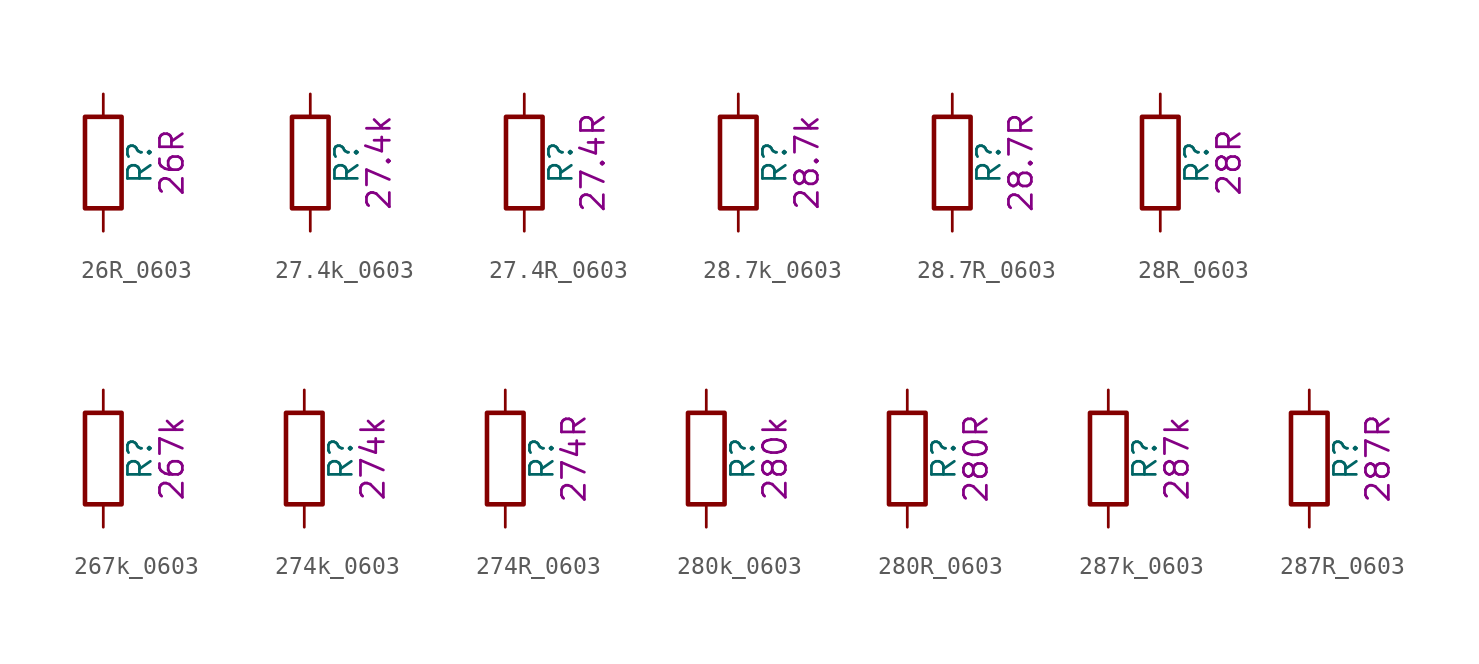
<source format=kicad_sym>
(kicad_symbol_lib
  (version 20211014)
  (generator kicad_symbol_editor)
  (symbol "26R_0603"
    (pin_numbers hide)
    (pin_names
      (offset 0))
    (property "Reference" "R"
      (at 2.032 0 90)
      (effects (font (size 1.27 1.27))))
    (property "Display" "26R"
      (at 3.81 0 90)
      (effects (font (size 1.27 1.27))))
    (symbol "26R_0603_0_1"
      (rectangle (start -1.016 -2.54) (end 1.016 2.54) (stroke (width 0.254) (type default) (color 0 0 0 0)) (fill (type none))))
    (symbol "26R_0603_1_1"
      (pin passive line (at 0 3.81 270) (length 1.27) (name "~" (effects (font (size 1.27 1.27)))) (number "1" (effects (font (size 1.27 1.27)))))
      (pin passive line (at 0 -3.81 90) (length 1.27) (name "~" (effects (font (size 1.27 1.27)))) (number "2" (effects (font (size 1.27 1.27)))))))
  (symbol "27.4k_0603"
    (pin_numbers hide)
    (pin_names
      (offset 0))
    (property "Reference" "R"
      (at 2.032 0 90)
      (effects (font (size 1.27 1.27))))
    (property "Display" "27.4k"
      (at 3.81 0 90)
      (effects (font (size 1.27 1.27))))
    (symbol "27.4k_0603_0_1"
      (rectangle (start -1.016 -2.54) (end 1.016 2.54) (stroke (width 0.254) (type default) (color 0 0 0 0)) (fill (type none))))
    (symbol "27.4k_0603_1_1"
      (pin passive line (at 0 3.81 270) (length 1.27) (name "~" (effects (font (size 1.27 1.27)))) (number "1" (effects (font (size 1.27 1.27)))))
      (pin passive line (at 0 -3.81 90) (length 1.27) (name "~" (effects (font (size 1.27 1.27)))) (number "2" (effects (font (size 1.27 1.27)))))))
  (symbol "27.4R_0603"
    (pin_numbers hide)
    (pin_names
      (offset 0))
    (property "Reference" "R"
      (at 2.032 0 90)
      (effects (font (size 1.27 1.27))))
    (property "Display" "27.4R"
      (at 3.81 0 90)
      (effects (font (size 1.27 1.27))))
    (symbol "27.4R_0603_0_1"
      (rectangle (start -1.016 -2.54) (end 1.016 2.54) (stroke (width 0.254) (type default) (color 0 0 0 0)) (fill (type none))))
    (symbol "27.4R_0603_1_1"
      (pin passive line (at 0 3.81 270) (length 1.27) (name "~" (effects (font (size 1.27 1.27)))) (number "1" (effects (font (size 1.27 1.27)))))
      (pin passive line (at 0 -3.81 90) (length 1.27) (name "~" (effects (font (size 1.27 1.27)))) (number "2" (effects (font (size 1.27 1.27)))))))
  (symbol "28.7k_0603"
    (pin_numbers hide)
    (pin_names
      (offset 0))
    (property "Reference" "R"
      (at 2.032 0 90)
      (effects (font (size 1.27 1.27))))
    (property "Display" "28.7k"
      (at 3.81 0 90)
      (effects (font (size 1.27 1.27))))
    (symbol "28.7k_0603_0_1"
      (rectangle (start -1.016 -2.54) (end 1.016 2.54) (stroke (width 0.254) (type default) (color 0 0 0 0)) (fill (type none))))
    (symbol "28.7k_0603_1_1"
      (pin passive line (at 0 3.81 270) (length 1.27) (name "~" (effects (font (size 1.27 1.27)))) (number "1" (effects (font (size 1.27 1.27)))))
      (pin passive line (at 0 -3.81 90) (length 1.27) (name "~" (effects (font (size 1.27 1.27)))) (number "2" (effects (font (size 1.27 1.27)))))))
  (symbol "28.7R_0603"
    (pin_numbers hide)
    (pin_names
      (offset 0))
    (property "Reference" "R"
      (at 2.032 0 90)
      (effects (font (size 1.27 1.27))))
    (property "Display" "28.7R"
      (at 3.81 0 90)
      (effects (font (size 1.27 1.27))))
    (symbol "28.7R_0603_0_1"
      (rectangle (start -1.016 -2.54) (end 1.016 2.54) (stroke (width 0.254) (type default) (color 0 0 0 0)) (fill (type none))))
    (symbol "28.7R_0603_1_1"
      (pin passive line (at 0 3.81 270) (length 1.27) (name "~" (effects (font (size 1.27 1.27)))) (number "1" (effects (font (size 1.27 1.27)))))
      (pin passive line (at 0 -3.81 90) (length 1.27) (name "~" (effects (font (size 1.27 1.27)))) (number "2" (effects (font (size 1.27 1.27)))))))
  (symbol "28R_0603"
    (pin_numbers hide)
    (pin_names
      (offset 0))
    (property "Reference" "R"
      (at 2.032 0 90)
      (effects (font (size 1.27 1.27))))
    (property "Display" "28R"
      (at 3.81 0 90)
      (effects (font (size 1.27 1.27))))
    (symbol "28R_0603_0_1"
      (rectangle (start -1.016 -2.54) (end 1.016 2.54) (stroke (width 0.254) (type default) (color 0 0 0 0)) (fill (type none))))
    (symbol "28R_0603_1_1"
      (pin passive line (at 0 3.81 270) (length 1.27) (name "~" (effects (font (size 1.27 1.27)))) (number "1" (effects (font (size 1.27 1.27)))))
      (pin passive line (at 0 -3.81 90) (length 1.27) (name "~" (effects (font (size 1.27 1.27)))) (number "2" (effects (font (size 1.27 1.27)))))))
  (symbol "267k_0603"
    (pin_numbers hide)
    (pin_names
      (offset 0))
    (property "Reference" "R"
      (at 2.032 0 90)
      (effects (font (size 1.27 1.27))))
    (property "Display" "267k"
      (at 3.81 0 90)
      (effects (font (size 1.27 1.27))))
    (symbol "267k_0603_0_1"
      (rectangle (start -1.016 -2.54) (end 1.016 2.54) (stroke (width 0.254) (type default) (color 0 0 0 0)) (fill (type none))))
    (symbol "267k_0603_1_1"
      (pin passive line (at 0 3.81 270) (length 1.27) (name "~" (effects (font (size 1.27 1.27)))) (number "1" (effects (font (size 1.27 1.27)))))
      (pin passive line (at 0 -3.81 90) (length 1.27) (name "~" (effects (font (size 1.27 1.27)))) (number "2" (effects (font (size 1.27 1.27)))))))
  (symbol "274k_0603"
    (pin_numbers hide)
    (pin_names
      (offset 0))
    (property "Reference" "R"
      (at 2.032 0 90)
      (effects (font (size 1.27 1.27))))
    (property "Display" "274k"
      (at 3.81 0 90)
      (effects (font (size 1.27 1.27))))
    (symbol "274k_0603_0_1"
      (rectangle (start -1.016 -2.54) (end 1.016 2.54) (stroke (width 0.254) (type default) (color 0 0 0 0)) (fill (type none))))
    (symbol "274k_0603_1_1"
      (pin passive line (at 0 3.81 270) (length 1.27) (name "~" (effects (font (size 1.27 1.27)))) (number "1" (effects (font (size 1.27 1.27)))))
      (pin passive line (at 0 -3.81 90) (length 1.27) (name "~" (effects (font (size 1.27 1.27)))) (number "2" (effects (font (size 1.27 1.27)))))))
  (symbol "274R_0603"
    (pin_numbers hide)
    (pin_names
      (offset 0))
    (property "Reference" "R"
      (at 2.032 0 90)
      (effects (font (size 1.27 1.27))))
    (property "Display" "274R"
      (at 3.81 0 90)
      (effects (font (size 1.27 1.27))))
    (symbol "274R_0603_0_1"
      (rectangle (start -1.016 -2.54) (end 1.016 2.54) (stroke (width 0.254) (type default) (color 0 0 0 0)) (fill (type none))))
    (symbol "274R_0603_1_1"
      (pin passive line (at 0 3.81 270) (length 1.27) (name "~" (effects (font (size 1.27 1.27)))) (number "1" (effects (font (size 1.27 1.27)))))
      (pin passive line (at 0 -3.81 90) (length 1.27) (name "~" (effects (font (size 1.27 1.27)))) (number "2" (effects (font (size 1.27 1.27)))))))
  (symbol "280k_0603"
    (pin_numbers hide)
    (pin_names
      (offset 0))
    (property "Reference" "R"
      (at 2.032 0 90)
      (effects (font (size 1.27 1.27))))
    (property "Display" "280k"
      (at 3.81 0 90)
      (effects (font (size 1.27 1.27))))
    (symbol "280k_0603_0_1"
      (rectangle (start -1.016 -2.54) (end 1.016 2.54) (stroke (width 0.254) (type default) (color 0 0 0 0)) (fill (type none))))
    (symbol "280k_0603_1_1"
      (pin passive line (at 0 3.81 270) (length 1.27) (name "~" (effects (font (size 1.27 1.27)))) (number "1" (effects (font (size 1.27 1.27)))))
      (pin passive line (at 0 -3.81 90) (length 1.27) (name "~" (effects (font (size 1.27 1.27)))) (number "2" (effects (font (size 1.27 1.27)))))))
  (symbol "280R_0603"
    (pin_numbers hide)
    (pin_names
      (offset 0))
    (property "Reference" "R"
      (at 2.032 0 90)
      (effects (font (size 1.27 1.27))))
    (property "Display" "280R"
      (at 3.81 0 90)
      (effects (font (size 1.27 1.27))))
    (symbol "280R_0603_0_1"
      (rectangle (start -1.016 -2.54) (end 1.016 2.54) (stroke (width 0.254) (type default) (color 0 0 0 0)) (fill (type none))))
    (symbol "280R_0603_1_1"
      (pin passive line (at 0 3.81 270) (length 1.27) (name "~" (effects (font (size 1.27 1.27)))) (number "1" (effects (font (size 1.27 1.27)))))
      (pin passive line (at 0 -3.81 90) (length 1.27) (name "~" (effects (font (size 1.27 1.27)))) (number "2" (effects (font (size 1.27 1.27)))))))
  (symbol "287k_0603"
    (pin_numbers hide)
    (pin_names
      (offset 0))
    (property "Reference" "R"
      (at 2.032 0 90)
      (effects (font (size 1.27 1.27))))
    (property "Display" "287k"
      (at 3.81 0 90)
      (effects (font (size 1.27 1.27))))
    (symbol "287k_0603_0_1"
      (rectangle (start -1.016 -2.54) (end 1.016 2.54) (stroke (width 0.254) (type default) (color 0 0 0 0)) (fill (type none))))
    (symbol "287k_0603_1_1"
      (pin passive line (at 0 3.81 270) (length 1.27) (name "~" (effects (font (size 1.27 1.27)))) (number "1" (effects (font (size 1.27 1.27)))))
      (pin passive line (at 0 -3.81 90) (length 1.27) (name "~" (effects (font (size 1.27 1.27)))) (number "2" (effects (font (size 1.27 1.27)))))))
  (symbol "287R_0603"
    (pin_numbers hide)
    (pin_names
      (offset 0))
    (property "Reference" "R"
      (at 2.032 0 90)
      (effects (font (size 1.27 1.27))))
    (property "Display" "287R"
      (at 3.81 0 90)
      (effects (font (size 1.27 1.27))))
    (symbol "287R_0603_0_1"
      (rectangle (start -1.016 -2.54) (end 1.016 2.54) (stroke (width 0.254) (type default) (color 0 0 0 0)) (fill (type none))))
    (symbol "287R_0603_1_1"
      (pin passive line (at 0 3.81 270) (length 1.27) (name "~" (effects (font (size 1.27 1.27)))) (number "1" (effects (font (size 1.27 1.27)))))
      (pin passive line (at 0 -3.81 90) (length 1.27) (name "~" (effects (font (size 1.27 1.27)))) (number "2" (effects (font (size 1.27 1.27))))))))
</source>
